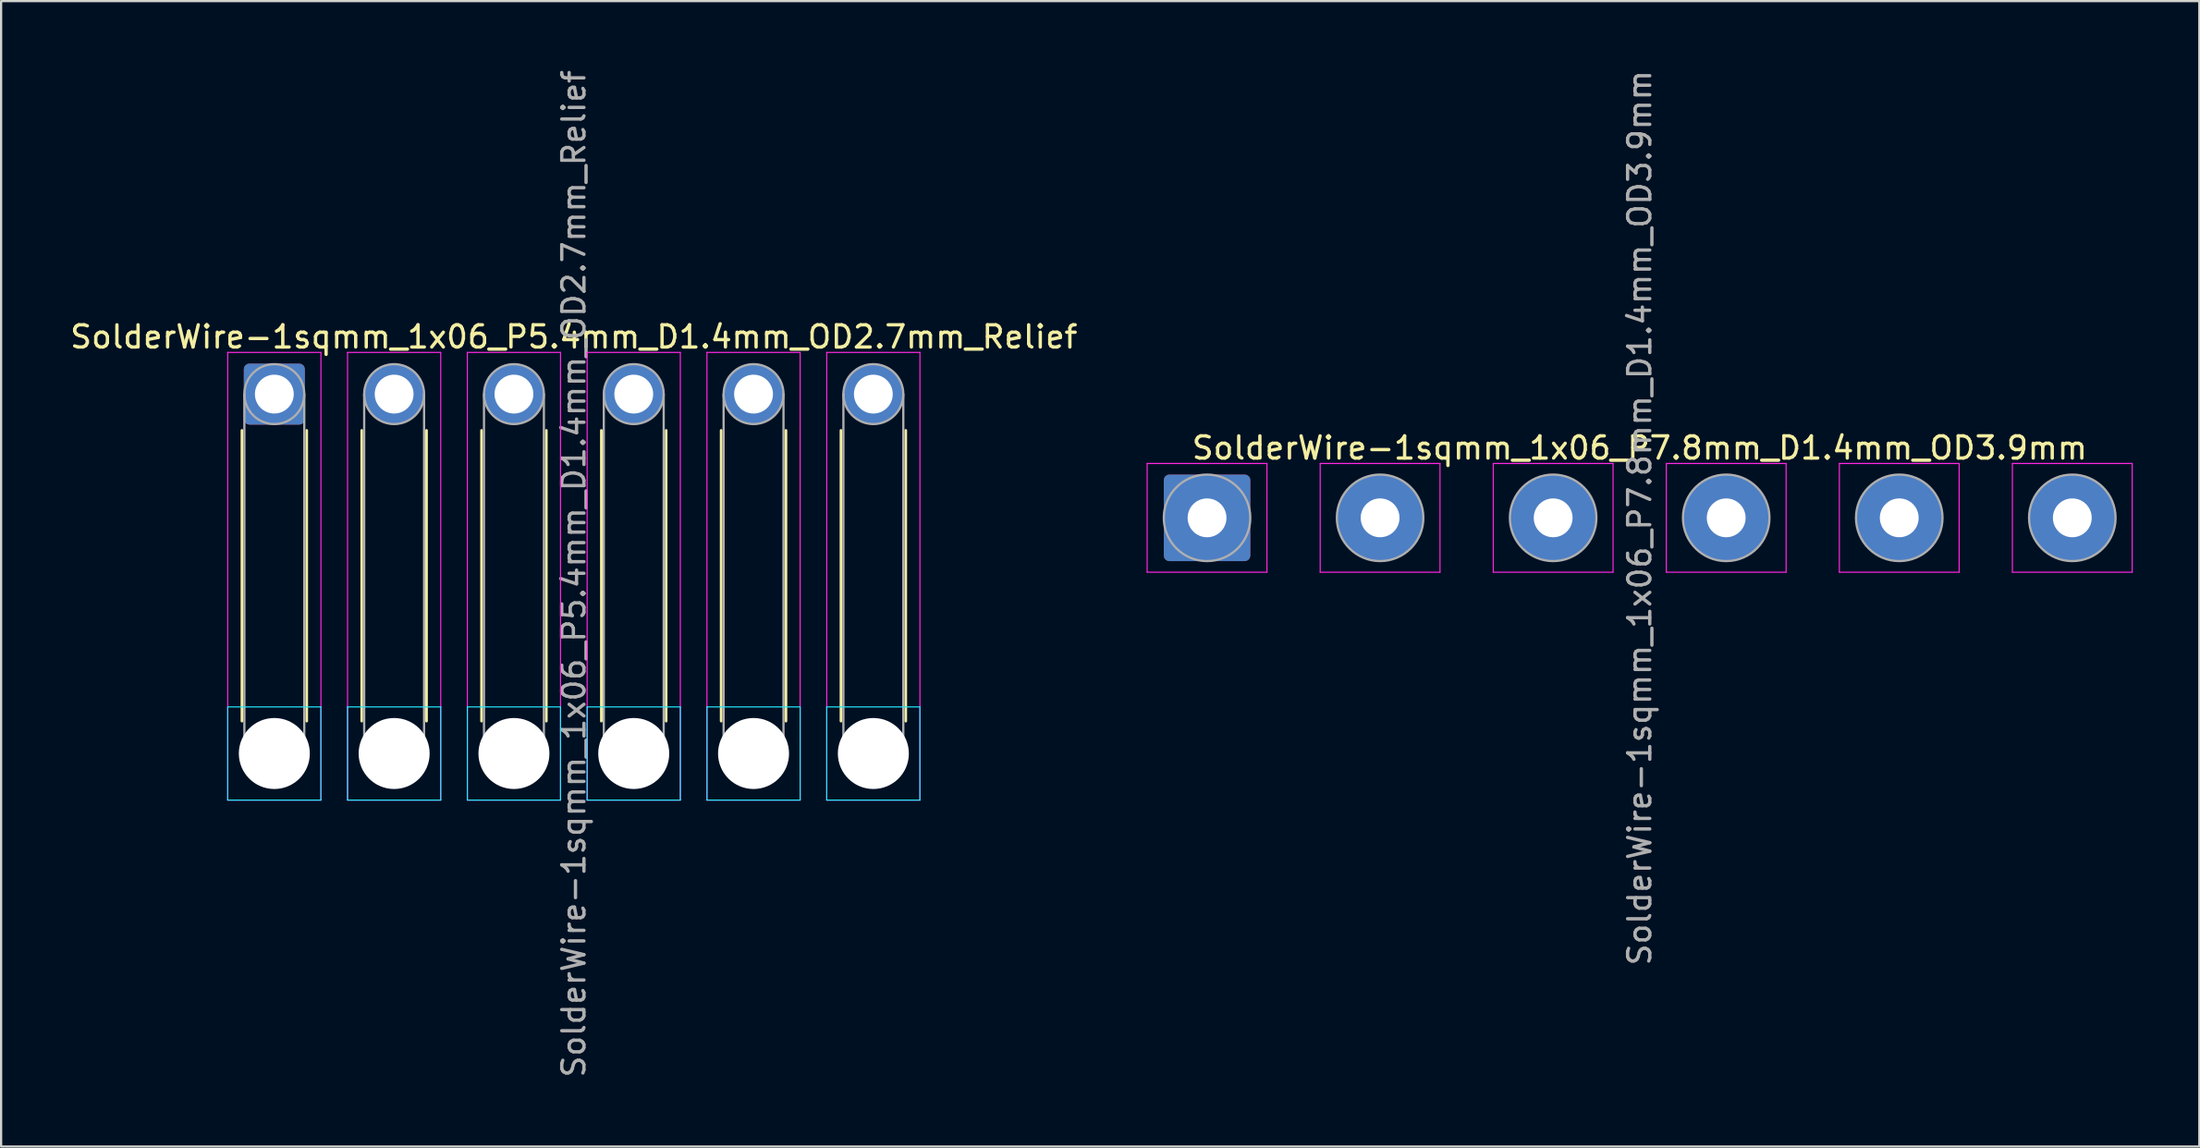
<source format=kicad_pcb>
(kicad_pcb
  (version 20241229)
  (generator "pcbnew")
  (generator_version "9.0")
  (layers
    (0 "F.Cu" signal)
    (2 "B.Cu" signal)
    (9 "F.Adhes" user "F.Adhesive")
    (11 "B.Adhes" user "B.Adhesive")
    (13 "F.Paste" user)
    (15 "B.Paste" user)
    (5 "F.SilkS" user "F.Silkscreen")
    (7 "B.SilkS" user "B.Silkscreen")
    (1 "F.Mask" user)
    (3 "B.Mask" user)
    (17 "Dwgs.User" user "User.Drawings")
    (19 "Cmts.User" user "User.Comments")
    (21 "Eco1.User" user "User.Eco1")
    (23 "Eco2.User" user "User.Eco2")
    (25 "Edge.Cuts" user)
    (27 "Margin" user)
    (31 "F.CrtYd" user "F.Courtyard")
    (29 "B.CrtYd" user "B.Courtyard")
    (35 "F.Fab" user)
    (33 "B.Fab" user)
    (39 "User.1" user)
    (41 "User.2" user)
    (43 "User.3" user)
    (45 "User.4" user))
  (footprint "SolderWire-1sqmm_1x06_P7.8mm_D1.4mm_OD3.9mm"
    (layer "F.Cu")
    (at 51.356 20.292)
    (property "Reference" "SolderWire-1sqmm_1x06_P7.8mm_D1.4mm_OD3.9mm" (at 19.5 -3.15 0) (layer "F.SilkS") (effects (font (size 1 1) (thickness 0.15))))
    (attr exclude_from_pos_files exclude_from_bom)
    (fp_line (start -2.7 -2.45) (end -2.7 2.45) (stroke (width 0.05) (type solid)) (layer "F.CrtYd"))
    (fp_line (start -2.7 2.45) (end 2.7 2.45) (stroke (width 0.05) (type solid)) (layer "F.CrtYd"))
    (fp_line (start 2.7 -2.45) (end -2.7 -2.45) (stroke (width 0.05) (type solid)) (layer "F.CrtYd"))
    (fp_line (start 2.7 2.45) (end 2.7 -2.45) (stroke (width 0.05) (type solid)) (layer "F.CrtYd"))
    (fp_line (start 5.1 -2.45) (end 5.1 2.45) (stroke (width 0.05) (type solid)) (layer "F.CrtYd"))
    (fp_line (start 5.1 2.45) (end 10.5 2.45) (stroke (width 0.05) (type solid)) (layer "F.CrtYd"))
    (fp_line (start 10.5 -2.45) (end 5.1 -2.45) (stroke (width 0.05) (type solid)) (layer "F.CrtYd"))
    (fp_line (start 10.5 2.45) (end 10.5 -2.45) (stroke (width 0.05) (type solid)) (layer "F.CrtYd"))
    (fp_line (start 12.9 -2.45) (end 12.9 2.45) (stroke (width 0.05) (type solid)) (layer "F.CrtYd"))
    (fp_line (start 12.9 2.45) (end 18.3 2.45) (stroke (width 0.05) (type solid)) (layer "F.CrtYd"))
    (fp_line (start 18.3 -2.45) (end 12.9 -2.45) (stroke (width 0.05) (type solid)) (layer "F.CrtYd"))
    (fp_line (start 18.3 2.45) (end 18.3 -2.45) (stroke (width 0.05) (type solid)) (layer "F.CrtYd"))
    (fp_line (start 20.7 -2.45) (end 20.7 2.45) (stroke (width 0.05) (type solid)) (layer "F.CrtYd"))
    (fp_line (start 20.7 2.45) (end 26.1 2.45) (stroke (width 0.05) (type solid)) (layer "F.CrtYd"))
    (fp_line (start 26.1 -2.45) (end 20.7 -2.45) (stroke (width 0.05) (type solid)) (layer "F.CrtYd"))
    (fp_line (start 26.1 2.45) (end 26.1 -2.45) (stroke (width 0.05) (type solid)) (layer "F.CrtYd"))
    (fp_line (start 28.5 -2.45) (end 28.5 2.45) (stroke (width 0.05) (type solid)) (layer "F.CrtYd"))
    (fp_line (start 28.5 2.45) (end 33.9 2.45) (stroke (width 0.05) (type solid)) (layer "F.CrtYd"))
    (fp_line (start 33.9 -2.45) (end 28.5 -2.45) (stroke (width 0.05) (type solid)) (layer "F.CrtYd"))
    (fp_line (start 33.9 2.45) (end 33.9 -2.45) (stroke (width 0.05) (type solid)) (layer "F.CrtYd"))
    (fp_line (start 36.3 -2.45) (end 36.3 2.45) (stroke (width 0.05) (type solid)) (layer "F.CrtYd"))
    (fp_line (start 36.3 2.45) (end 41.7 2.45) (stroke (width 0.05) (type solid)) (layer "F.CrtYd"))
    (fp_line (start 41.7 -2.45) (end 36.3 -2.45) (stroke (width 0.05) (type solid)) (layer "F.CrtYd"))
    (fp_line (start 41.7 2.45) (end 41.7 -2.45) (stroke (width 0.05) (type solid)) (layer "F.CrtYd"))
    (fp_circle (center 0 0) (end 1.95 0) (stroke (width 0.1) (type solid)) (fill no) (layer "F.Fab"))
    (fp_circle (center 7.8 0) (end 9.75 0) (stroke (width 0.1) (type solid)) (fill no) (layer "F.Fab"))
    (fp_circle (center 15.6 0) (end 17.55 0) (stroke (width 0.1) (type solid)) (fill no) (layer "F.Fab"))
    (fp_circle (center 23.4 0) (end 25.35 0) (stroke (width 0.1) (type solid)) (fill no) (layer "F.Fab"))
    (fp_circle (center 31.2 0) (end 33.15 0) (stroke (width 0.1) (type solid)) (fill no) (layer "F.Fab"))
    (fp_circle (center 39 0) (end 40.95 0) (stroke (width 0.1) (type solid)) (fill no) (layer "F.Fab"))
    (fp_text user "${REFERENCE}" (at 19.5 0 90) (layer "F.Fab") (effects (font (size 1 1) (thickness 0.15))))
    (pad "1" thru_hole roundrect (at 0 0) (size 3.9 3.9) (drill 1.75) (layers "*.Cu" "*.Mask") (roundrect_rratio 0.064))
    (pad "2" thru_hole circle (at 7.8 0) (size 3.9 3.9) (drill 1.75) (layers "*.Cu" "*.Mask"))
    (pad "3" thru_hole circle (at 15.6 0) (size 3.9 3.9) (drill 1.75) (layers "*.Cu" "*.Mask"))
    (pad "4" thru_hole circle (at 23.4 0) (size 3.9 3.9) (drill 1.75) (layers "*.Cu" "*.Mask"))
    (pad "5" thru_hole circle (at 31.2 0) (size 3.9 3.9) (drill 1.75) (layers "*.Cu" "*.Mask"))
    (pad "6" thru_hole circle (at 39 0) (size 3.9 3.9) (drill 1.75) (layers "*.Cu" "*.Mask")))
  (footprint "SolderWire-1sqmm_1x06_P5.4mm_D1.4mm_OD2.7mm_Relief"
    (layer "F.Cu")
    (at 9.315 14.715)
    (property "Reference" "SolderWire-1sqmm_1x06_P5.4mm_D1.4mm_OD2.7mm_Relief" (at 13.5 -2.58 0) (layer "F.SilkS") (effects (font (size 1 1) (thickness 0.15))))
    (attr exclude_from_pos_files exclude_from_bom)
    (fp_line (start -1.46 1.635) (end -1.46 14.74) (stroke (width 0.12) (type solid)) (layer "F.SilkS"))
    (fp_line (start 1.46 1.635) (end 1.46 14.74) (stroke (width 0.12) (type solid)) (layer "F.SilkS"))
    (fp_line (start 3.94 1.635) (end 3.94 14.74) (stroke (width 0.12) (type solid)) (layer "F.SilkS"))
    (fp_line (start 6.86 1.635) (end 6.86 14.74) (stroke (width 0.12) (type solid)) (layer "F.SilkS"))
    (fp_line (start 9.34 1.635) (end 9.34 14.74) (stroke (width 0.12) (type solid)) (layer "F.SilkS"))
    (fp_line (start 12.26 1.635) (end 12.26 14.74) (stroke (width 0.12) (type solid)) (layer "F.SilkS"))
    (fp_line (start 14.74 1.635) (end 14.74 14.74) (stroke (width 0.12) (type solid)) (layer "F.SilkS"))
    (fp_line (start 17.66 1.635) (end 17.66 14.74) (stroke (width 0.12) (type solid)) (layer "F.SilkS"))
    (fp_line (start 20.14 1.635) (end 20.14 14.74) (stroke (width 0.12) (type solid)) (layer "F.SilkS"))
    (fp_line (start 23.06 1.635) (end 23.06 14.74) (stroke (width 0.12) (type solid)) (layer "F.SilkS"))
    (fp_line (start 25.54 1.635) (end 25.54 14.74) (stroke (width 0.12) (type solid)) (layer "F.SilkS"))
    (fp_line (start 28.46 1.635) (end 28.46 14.74) (stroke (width 0.12) (type solid)) (layer "F.SilkS"))
    (fp_line (start -2.1 14.1) (end -2.1 18.3) (stroke (width 0.05) (type solid)) (layer "B.CrtYd"))
    (fp_line (start -2.1 18.3) (end 2.1 18.3) (stroke (width 0.05) (type solid)) (layer "B.CrtYd"))
    (fp_line (start 2.1 14.1) (end -2.1 14.1) (stroke (width 0.05) (type solid)) (layer "B.CrtYd"))
    (fp_line (start 2.1 18.3) (end 2.1 14.1) (stroke (width 0.05) (type solid)) (layer "B.CrtYd"))
    (fp_line (start 3.3 14.1) (end 3.3 18.3) (stroke (width 0.05) (type solid)) (layer "B.CrtYd"))
    (fp_line (start 3.3 18.3) (end 7.5 18.3) (stroke (width 0.05) (type solid)) (layer "B.CrtYd"))
    (fp_line (start 7.5 14.1) (end 3.3 14.1) (stroke (width 0.05) (type solid)) (layer "B.CrtYd"))
    (fp_line (start 7.5 18.3) (end 7.5 14.1) (stroke (width 0.05) (type solid)) (layer "B.CrtYd"))
    (fp_line (start 8.7 14.1) (end 8.7 18.3) (stroke (width 0.05) (type solid)) (layer "B.CrtYd"))
    (fp_line (start 8.7 18.3) (end 12.9 18.3) (stroke (width 0.05) (type solid)) (layer "B.CrtYd"))
    (fp_line (start 12.9 14.1) (end 8.7 14.1) (stroke (width 0.05) (type solid)) (layer "B.CrtYd"))
    (fp_line (start 12.9 18.3) (end 12.9 14.1) (stroke (width 0.05) (type solid)) (layer "B.CrtYd"))
    (fp_line (start 14.1 14.1) (end 14.1 18.3) (stroke (width 0.05) (type solid)) (layer "B.CrtYd"))
    (fp_line (start 14.1 18.3) (end 18.3 18.3) (stroke (width 0.05) (type solid)) (layer "B.CrtYd"))
    (fp_line (start 18.3 14.1) (end 14.1 14.1) (stroke (width 0.05) (type solid)) (layer "B.CrtYd"))
    (fp_line (start 18.3 18.3) (end 18.3 14.1) (stroke (width 0.05) (type solid)) (layer "B.CrtYd"))
    (fp_line (start 19.5 14.1) (end 19.5 18.3) (stroke (width 0.05) (type solid)) (layer "B.CrtYd"))
    (fp_line (start 19.5 18.3) (end 23.7 18.3) (stroke (width 0.05) (type solid)) (layer "B.CrtYd"))
    (fp_line (start 23.7 14.1) (end 19.5 14.1) (stroke (width 0.05) (type solid)) (layer "B.CrtYd"))
    (fp_line (start 23.7 18.3) (end 23.7 14.1) (stroke (width 0.05) (type solid)) (layer "B.CrtYd"))
    (fp_line (start 24.9 14.1) (end 24.9 18.3) (stroke (width 0.05) (type solid)) (layer "B.CrtYd"))
    (fp_line (start 24.9 18.3) (end 29.1 18.3) (stroke (width 0.05) (type solid)) (layer "B.CrtYd"))
    (fp_line (start 29.1 14.1) (end 24.9 14.1) (stroke (width 0.05) (type solid)) (layer "B.CrtYd"))
    (fp_line (start 29.1 18.3) (end 29.1 14.1) (stroke (width 0.05) (type solid)) (layer "B.CrtYd"))
    (fp_line (start -2.1 -1.88) (end -2.1 18.3) (stroke (width 0.05) (type solid)) (layer "F.CrtYd"))
    (fp_line (start -2.1 18.3) (end 2.1 18.3) (stroke (width 0.05) (type solid)) (layer "F.CrtYd"))
    (fp_line (start 2.1 -1.88) (end -2.1 -1.88) (stroke (width 0.05) (type solid)) (layer "F.CrtYd"))
    (fp_line (start 2.1 18.3) (end 2.1 -1.88) (stroke (width 0.05) (type solid)) (layer "F.CrtYd"))
    (fp_line (start 3.3 -1.88) (end 3.3 18.3) (stroke (width 0.05) (type solid)) (layer "F.CrtYd"))
    (fp_line (start 3.3 18.3) (end 7.5 18.3) (stroke (width 0.05) (type solid)) (layer "F.CrtYd"))
    (fp_line (start 7.5 -1.88) (end 3.3 -1.88) (stroke (width 0.05) (type solid)) (layer "F.CrtYd"))
    (fp_line (start 7.5 18.3) (end 7.5 -1.88) (stroke (width 0.05) (type solid)) (layer "F.CrtYd"))
    (fp_line (start 8.7 -1.88) (end 8.7 18.3) (stroke (width 0.05) (type solid)) (layer "F.CrtYd"))
    (fp_line (start 8.7 18.3) (end 12.9 18.3) (stroke (width 0.05) (type solid)) (layer "F.CrtYd"))
    (fp_line (start 12.9 -1.88) (end 8.7 -1.88) (stroke (width 0.05) (type solid)) (layer "F.CrtYd"))
    (fp_line (start 12.9 18.3) (end 12.9 -1.88) (stroke (width 0.05) (type solid)) (layer "F.CrtYd"))
    (fp_line (start 14.1 -1.88) (end 14.1 18.3) (stroke (width 0.05) (type solid)) (layer "F.CrtYd"))
    (fp_line (start 14.1 18.3) (end 18.3 18.3) (stroke (width 0.05) (type solid)) (layer "F.CrtYd"))
    (fp_line (start 18.3 -1.88) (end 14.1 -1.88) (stroke (width 0.05) (type solid)) (layer "F.CrtYd"))
    (fp_line (start 18.3 18.3) (end 18.3 -1.88) (stroke (width 0.05) (type solid)) (layer "F.CrtYd"))
    (fp_line (start 19.5 -1.88) (end 19.5 18.3) (stroke (width 0.05) (type solid)) (layer "F.CrtYd"))
    (fp_line (start 19.5 18.3) (end 23.7 18.3) (stroke (width 0.05) (type solid)) (layer "F.CrtYd"))
    (fp_line (start 23.7 -1.88) (end 19.5 -1.88) (stroke (width 0.05) (type solid)) (layer "F.CrtYd"))
    (fp_line (start 23.7 18.3) (end 23.7 -1.88) (stroke (width 0.05) (type solid)) (layer "F.CrtYd"))
    (fp_line (start 24.9 -1.88) (end 24.9 18.3) (stroke (width 0.05) (type solid)) (layer "F.CrtYd"))
    (fp_line (start 24.9 18.3) (end 29.1 18.3) (stroke (width 0.05) (type solid)) (layer "F.CrtYd"))
    (fp_line (start 29.1 -1.88) (end 24.9 -1.88) (stroke (width 0.05) (type solid)) (layer "F.CrtYd"))
    (fp_line (start 29.1 18.3) (end 29.1 -1.88) (stroke (width 0.05) (type solid)) (layer "F.CrtYd"))
    (fp_line (start -1.35 0) (end -1.35 16.2) (stroke (width 0.1) (type solid)) (layer "F.Fab"))
    (fp_line (start 1.35 0) (end 1.35 16.2) (stroke (width 0.1) (type solid)) (layer "F.Fab"))
    (fp_line (start 4.05 0) (end 4.05 16.2) (stroke (width 0.1) (type solid)) (layer "F.Fab"))
    (fp_line (start 6.75 0) (end 6.75 16.2) (stroke (width 0.1) (type solid)) (layer "F.Fab"))
    (fp_line (start 9.45 0) (end 9.45 16.2) (stroke (width 0.1) (type solid)) (layer "F.Fab"))
    (fp_line (start 12.15 0) (end 12.15 16.2) (stroke (width 0.1) (type solid)) (layer "F.Fab"))
    (fp_line (start 14.85 0) (end 14.85 16.2) (stroke (width 0.1) (type solid)) (layer "F.Fab"))
    (fp_line (start 17.55 0) (end 17.55 16.2) (stroke (width 0.1) (type solid)) (layer "F.Fab"))
    (fp_line (start 20.25 0) (end 20.25 16.2) (stroke (width 0.1) (type solid)) (layer "F.Fab"))
    (fp_line (start 22.95 0) (end 22.95 16.2) (stroke (width 0.1) (type solid)) (layer "F.Fab"))
    (fp_line (start 25.65 0) (end 25.65 16.2) (stroke (width 0.1) (type solid)) (layer "F.Fab"))
    (fp_line (start 28.35 0) (end 28.35 16.2) (stroke (width 0.1) (type solid)) (layer "F.Fab"))
    (fp_circle (center 0 0) (end 1.35 0) (stroke (width 0.1) (type solid)) (fill no) (layer "F.Fab"))
    (fp_circle (center 0 16.2) (end 1.35 16.2) (stroke (width 0.1) (type solid)) (fill no) (layer "F.Fab"))
    (fp_circle (center 5.4 0) (end 6.75 0) (stroke (width 0.1) (type solid)) (fill no) (layer "F.Fab"))
    (fp_circle (center 5.4 16.2) (end 6.75 16.2) (stroke (width 0.1) (type solid)) (fill no) (layer "F.Fab"))
    (fp_circle (center 10.8 0) (end 12.15 0) (stroke (width 0.1) (type solid)) (fill no) (layer "F.Fab"))
    (fp_circle (center 10.8 16.2) (end 12.15 16.2) (stroke (width 0.1) (type solid)) (fill no) (layer "F.Fab"))
    (fp_circle (center 16.2 0) (end 17.55 0) (stroke (width 0.1) (type solid)) (fill no) (layer "F.Fab"))
    (fp_circle (center 16.2 16.2) (end 17.55 16.2) (stroke (width 0.1) (type solid)) (fill no) (layer "F.Fab"))
    (fp_circle (center 21.6 0) (end 22.95 0) (stroke (width 0.1) (type solid)) (fill no) (layer "F.Fab"))
    (fp_circle (center 21.6 16.2) (end 22.95 16.2) (stroke (width 0.1) (type solid)) (fill no) (layer "F.Fab"))
    (fp_circle (center 27 0) (end 28.35 0) (stroke (width 0.1) (type solid)) (fill no) (layer "F.Fab"))
    (fp_circle (center 27 16.2) (end 28.35 16.2) (stroke (width 0.1) (type solid)) (fill no) (layer "F.Fab"))
    (fp_text user "${REFERENCE}" (at 13.5 8.1 90) (layer "F.Fab") (effects (font (size 1 1) (thickness 0.15))))
    (pad "" np_thru_hole circle (at 0 16.2) (size 3.2 3.2) (drill 3.2) (layers "*.Cu" "*.Mask"))
    (pad "" np_thru_hole circle (at 5.4 16.2) (size 3.2 3.2) (drill 3.2) (layers "*.Cu" "*.Mask"))
    (pad "" np_thru_hole circle (at 10.8 16.2) (size 3.2 3.2) (drill 3.2) (layers "*.Cu" "*.Mask"))
    (pad "" np_thru_hole circle (at 16.2 16.2) (size 3.2 3.2) (drill 3.2) (layers "*.Cu" "*.Mask"))
    (pad "" np_thru_hole circle (at 21.6 16.2) (size 3.2 3.2) (drill 3.2) (layers "*.Cu" "*.Mask"))
    (pad "" np_thru_hole circle (at 27 16.2) (size 3.2 3.2) (drill 3.2) (layers "*.Cu" "*.Mask"))
    (pad "1" thru_hole roundrect (at 0 0) (size 2.75 2.75) (drill 1.75) (layers "*.Cu" "*.Mask") (roundrect_rratio 0.091))
    (pad "2" thru_hole circle (at 5.4 0) (size 2.75 2.75) (drill 1.75) (layers "*.Cu" "*.Mask"))
    (pad "3" thru_hole circle (at 10.8 0) (size 2.75 2.75) (drill 1.75) (layers "*.Cu" "*.Mask"))
    (pad "4" thru_hole circle (at 16.2 0) (size 2.75 2.75) (drill 1.75) (layers "*.Cu" "*.Mask"))
    (pad "5" thru_hole circle (at 21.6 0) (size 2.75 2.75) (drill 1.75) (layers "*.Cu" "*.Mask"))
    (pad "6" thru_hole circle (at 27 0) (size 2.75 2.75) (drill 1.75) (layers "*.Cu" "*.Mask")))
  (gr_rect
    (start -3 -3)
    (end 96.081 48.631)
    (stroke (width 0.1) (type default))
    (fill no)
    (layer "Edge.Cuts")))
</source>
